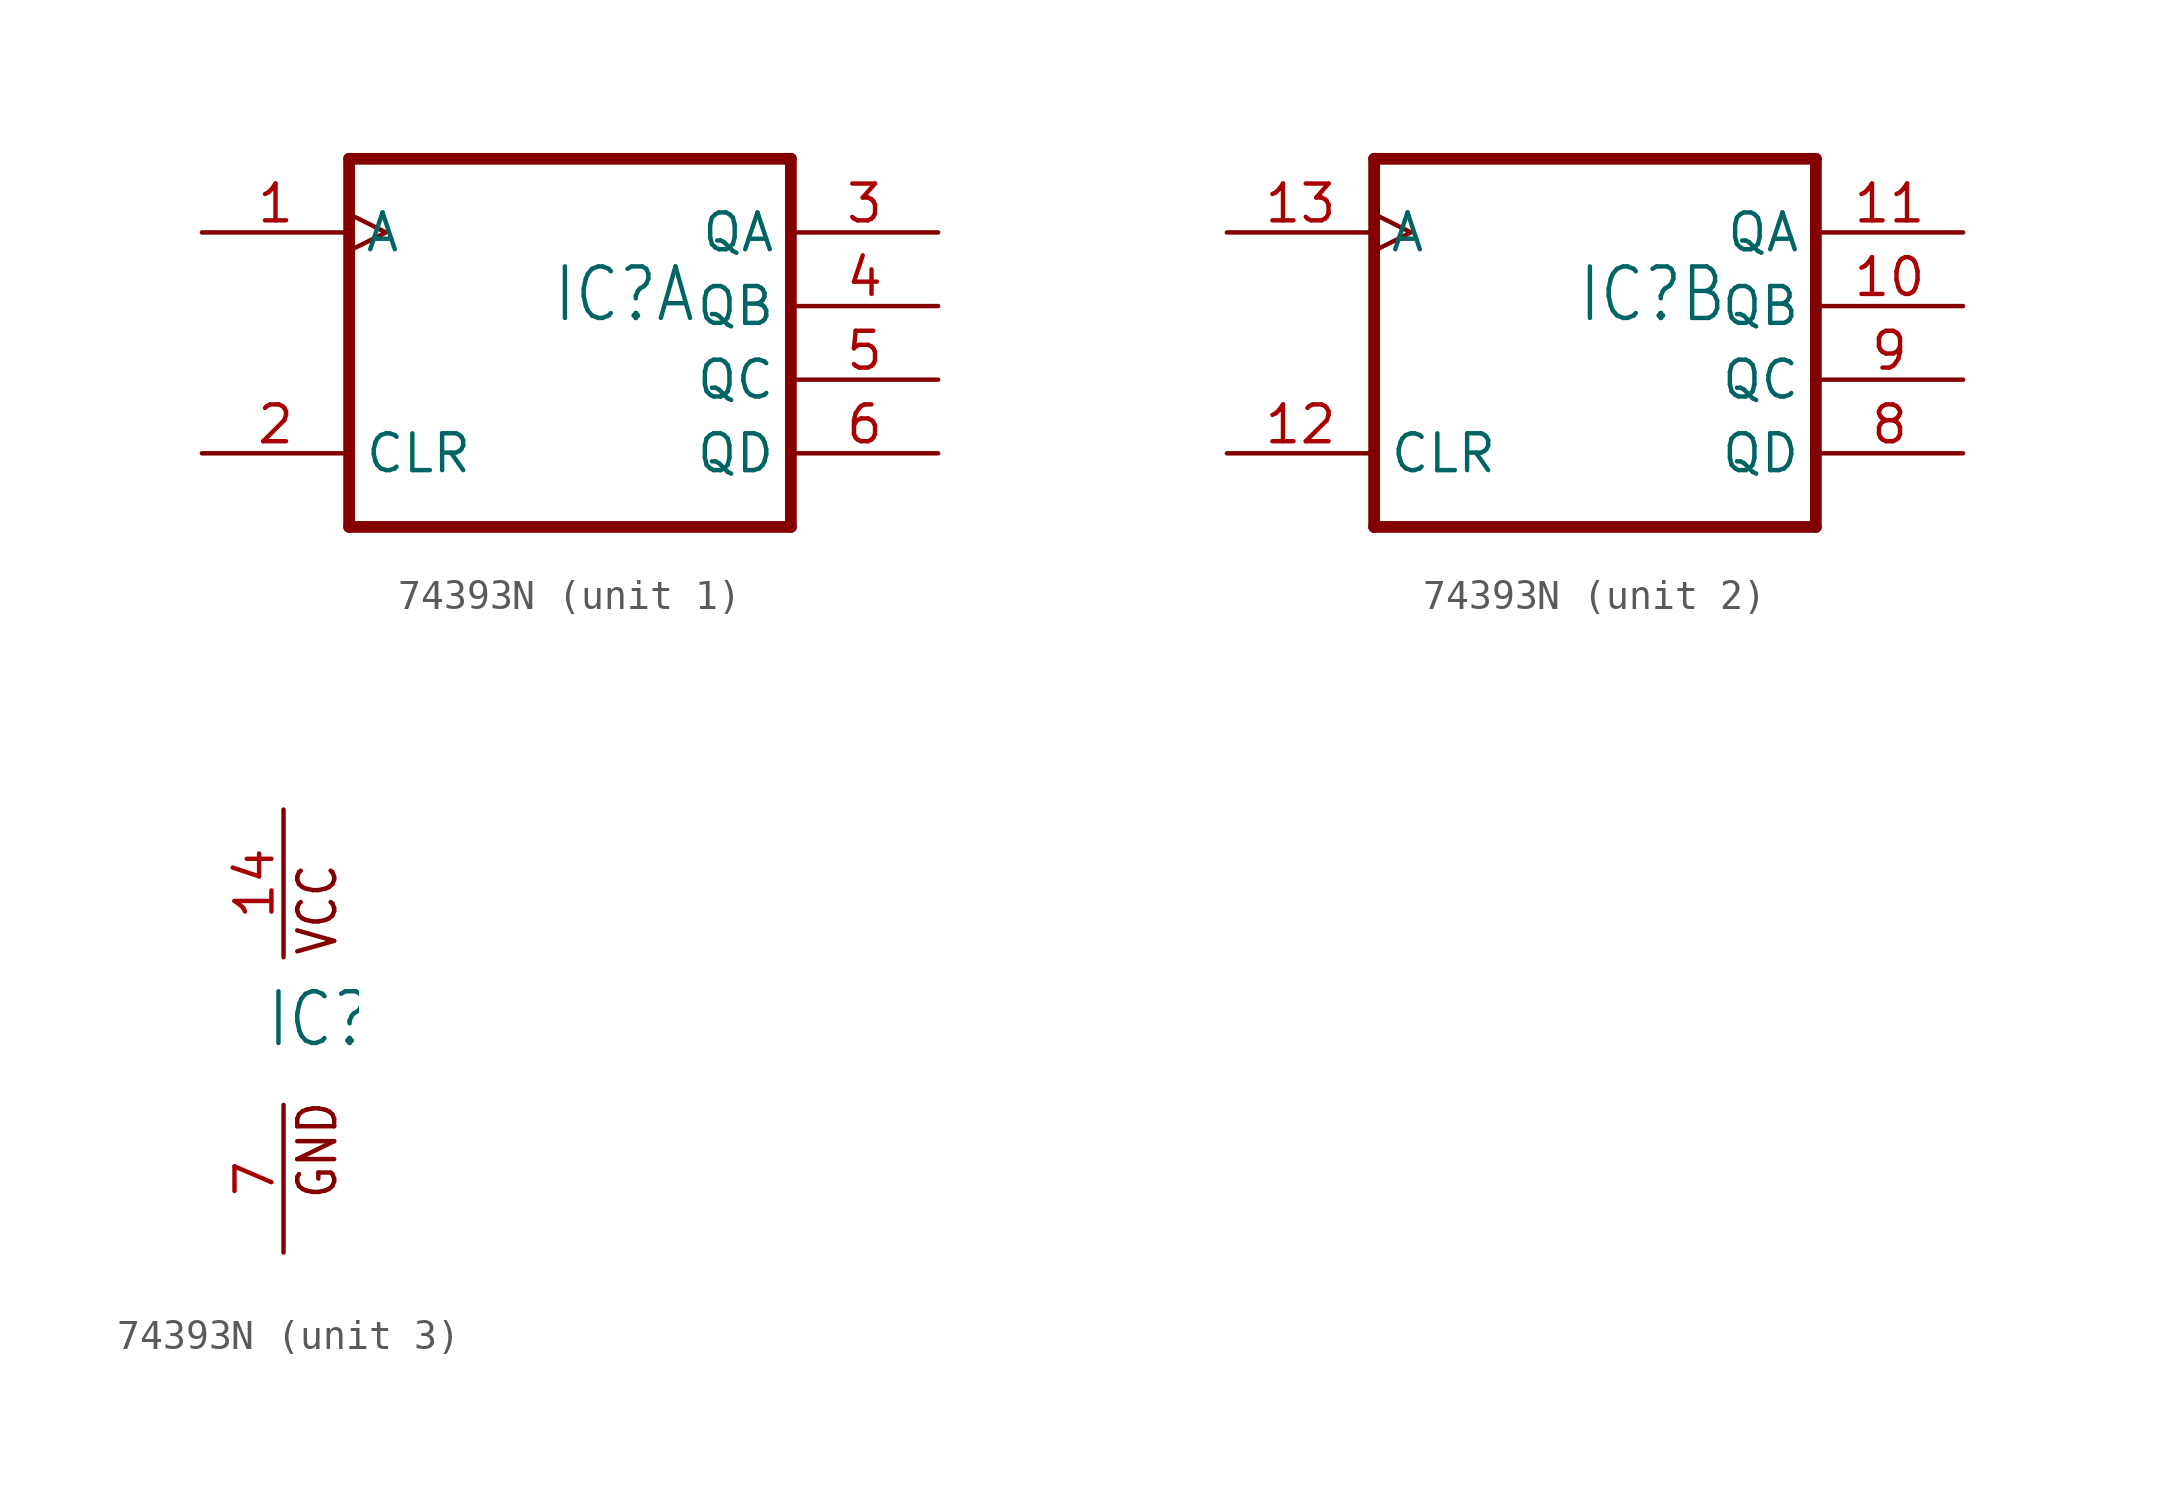
<source format=kicad_sym>
(kicad_symbol_lib
  (version 20211014)
  (generator kicad_symbol_editor)
  (symbol "74393N"
    (property "Reference" "IC"
      (at -0.635 -0.635 0)
      (effects (font (size 1.778 1.511)) (justify left bottom)))
    (property "ki_locked" ""
      (at 0 0 0)
      (effects (font (size 1.27 1.27))))
    (symbol "74393N_1_0"
      (polyline (pts (xy -7.62 -7.62) (xy 7.62 -7.62)) (stroke (width 0.406) (type default) (color 0 0 0 0)) (fill (type none)))
      (polyline (pts (xy -7.62 5.08) (xy -7.62 -7.62)) (stroke (width 0.406) (type default) (color 0 0 0 0)) (fill (type none)))
      (polyline (pts (xy 7.62 -7.62) (xy 7.62 5.08)) (stroke (width 0.406) (type default) (color 0 0 0 0)) (fill (type none)))
      (polyline (pts (xy 7.62 5.08) (xy -7.62 5.08)) (stroke (width 0.406) (type default) (color 0 0 0 0)) (fill (type none)))
      (pin input clock (at -12.7 2.54 0) (length 5.08) (name "A" (effects (font (size 1.27 1.27)))) (number "1" (effects (font (size 1.27 1.27)))))
      (pin input line (at -12.7 -5.08 0) (length 5.08) (name "CLR" (effects (font (size 1.27 1.27)))) (number "2" (effects (font (size 1.27 1.27)))))
      (pin output line (at 12.7 2.54 180) (length 5.08) (name "QA" (effects (font (size 1.27 1.27)))) (number "3" (effects (font (size 1.27 1.27)))))
      (pin output line (at 12.7 0 180) (length 5.08) (name "QB" (effects (font (size 1.27 1.27)))) (number "4" (effects (font (size 1.27 1.27)))))
      (pin output line (at 12.7 -2.54 180) (length 5.08) (name "QC" (effects (font (size 1.27 1.27)))) (number "5" (effects (font (size 1.27 1.27)))))
      (pin output line (at 12.7 -5.08 180) (length 5.08) (name "QD" (effects (font (size 1.27 1.27)))) (number "6" (effects (font (size 1.27 1.27))))))
    (symbol "74393N_2_0"
      (polyline (pts (xy -7.62 -7.62) (xy 7.62 -7.62)) (stroke (width 0.406) (type default) (color 0 0 0 0)) (fill (type none)))
      (polyline (pts (xy -7.62 5.08) (xy -7.62 -7.62)) (stroke (width 0.406) (type default) (color 0 0 0 0)) (fill (type none)))
      (polyline (pts (xy 7.62 -7.62) (xy 7.62 5.08)) (stroke (width 0.406) (type default) (color 0 0 0 0)) (fill (type none)))
      (polyline (pts (xy 7.62 5.08) (xy -7.62 5.08)) (stroke (width 0.406) (type default) (color 0 0 0 0)) (fill (type none)))
      (pin output line (at 12.7 0 180) (length 5.08) (name "QB" (effects (font (size 1.27 1.27)))) (number "10" (effects (font (size 1.27 1.27)))))
      (pin output line (at 12.7 2.54 180) (length 5.08) (name "QA" (effects (font (size 1.27 1.27)))) (number "11" (effects (font (size 1.27 1.27)))))
      (pin input line (at -12.7 -5.08 0) (length 5.08) (name "CLR" (effects (font (size 1.27 1.27)))) (number "12" (effects (font (size 1.27 1.27)))))
      (pin input clock (at -12.7 2.54 0) (length 5.08) (name "A" (effects (font (size 1.27 1.27)))) (number "13" (effects (font (size 1.27 1.27)))))
      (pin output line (at 12.7 -5.08 180) (length 5.08) (name "QD" (effects (font (size 1.27 1.27)))) (number "8" (effects (font (size 1.27 1.27)))))
      (pin output line (at 12.7 -2.54 180) (length 5.08) (name "QC" (effects (font (size 1.27 1.27)))) (number "9" (effects (font (size 1.27 1.27))))))
    (symbol "74393N_3_0"
      (text "GND" (at 1.905 -5.842 900) (effects (font (size 1.27 1.079)) (justify left bottom)))
      (text "VCC" (at 1.905 2.54 900) (effects (font (size 1.27 1.079)) (justify left bottom)))
      (pin power_in line (at 0 7.62 270) (length 5.08) (name "VCC" (effects (font (size 0 0)))) (number "14" (effects (font (size 1.27 1.27)))))
      (pin power_in line (at 0 -7.62 90) (length 5.08) (name "GND" (effects (font (size 0 0)))) (number "7" (effects (font (size 1.27 1.27))))))))
</source>
